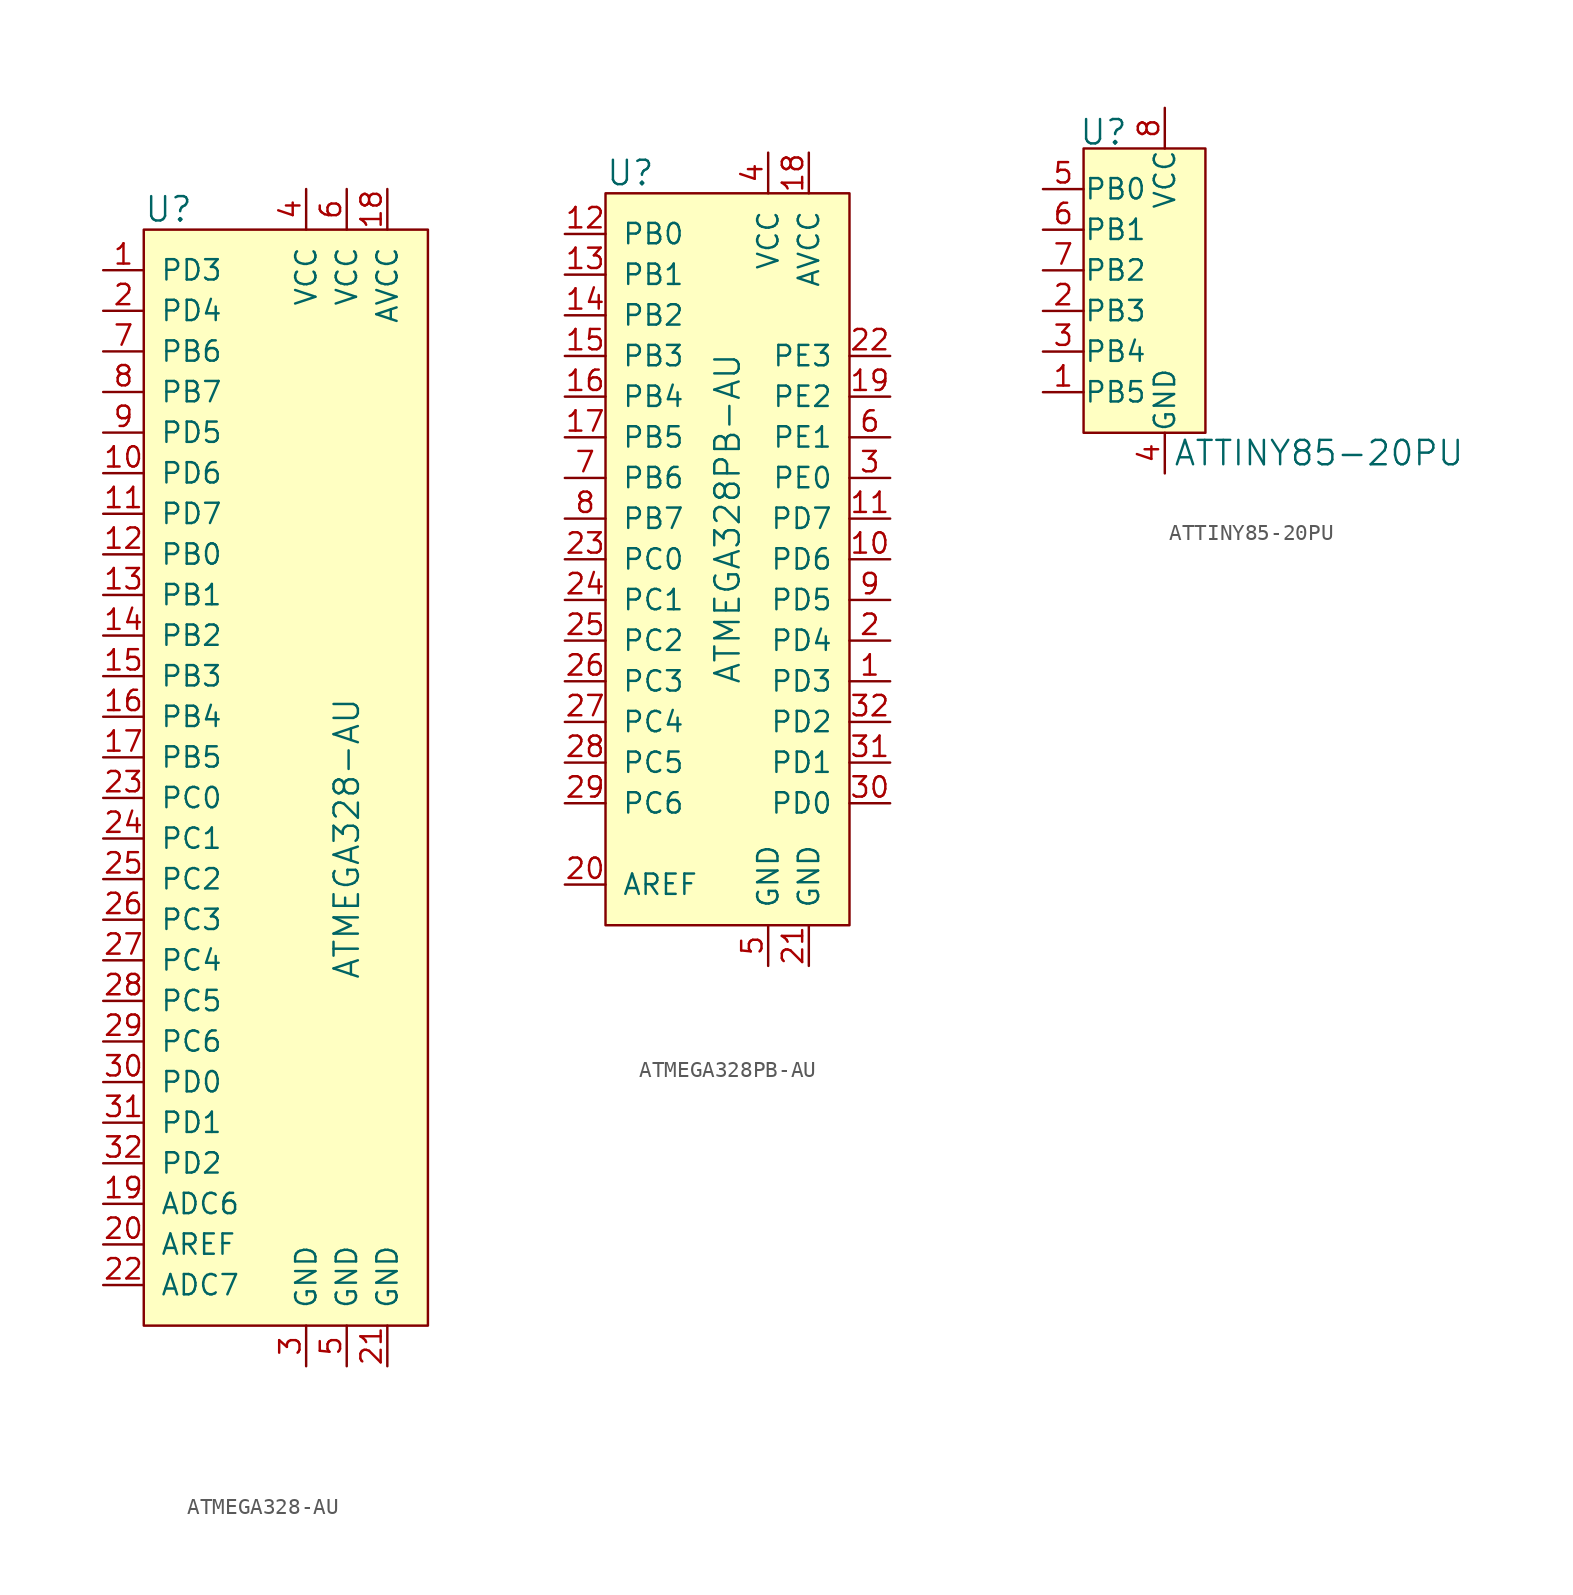
<source format=kicad_sym>
(kicad_symbol_lib
  (version 20231120)
  (generator "kicad_symbol_editor")
  (generator_version "8.0")
  (symbol "ATMEGA328-AU"
    (pin_names
      (offset 1.016))
    (property "Reference" "U"
      (at -10.16 13.97 0)
      (effects (font (size 1.524 1.524)) (justify left)))
    (property "Value" "ATMEGA328-AU"
      (at 2.54 -25.4 90)
      (effects (font (size 1.524 1.524))))
    (symbol "ATMEGA328-AU_0_1"
      (rectangle (start -10.16 12.7) (end 7.62 -55.88) (stroke (width 0) (type default)) (fill (type background))))
    (symbol "ATMEGA328-AU_1_1"
      (pin bidirectional line (at -12.7 10.16 0) (length 2.54) (name "PD3" (effects (font (size 1.27 1.27)))) (number "1" (effects (font (size 1.27 1.27)))))
      (pin bidirectional line (at -12.7 -2.54 0) (length 2.54) (name "PD6" (effects (font (size 1.27 1.27)))) (number "10" (effects (font (size 1.27 1.27)))))
      (pin bidirectional line (at -12.7 -5.08 0) (length 2.54) (name "PD7" (effects (font (size 1.27 1.27)))) (number "11" (effects (font (size 1.27 1.27)))))
      (pin bidirectional line (at -12.7 -7.62 0) (length 2.54) (name "PB0" (effects (font (size 1.27 1.27)))) (number "12" (effects (font (size 1.27 1.27)))))
      (pin bidirectional line (at -12.7 -10.16 0) (length 2.54) (name "PB1" (effects (font (size 1.27 1.27)))) (number "13" (effects (font (size 1.27 1.27)))))
      (pin bidirectional line (at -12.7 -12.7 0) (length 2.54) (name "PB2" (effects (font (size 1.27 1.27)))) (number "14" (effects (font (size 1.27 1.27)))))
      (pin bidirectional line (at -12.7 -15.24 0) (length 2.54) (name "PB3" (effects (font (size 1.27 1.27)))) (number "15" (effects (font (size 1.27 1.27)))))
      (pin bidirectional line (at -12.7 -17.78 0) (length 2.54) (name "PB4" (effects (font (size 1.27 1.27)))) (number "16" (effects (font (size 1.27 1.27)))))
      (pin bidirectional line (at -12.7 -20.32 0) (length 2.54) (name "PB5" (effects (font (size 1.27 1.27)))) (number "17" (effects (font (size 1.27 1.27)))))
      (pin power_in line (at 5.08 15.24 270) (length 2.54) (name "AVCC" (effects (font (size 1.27 1.27)))) (number "18" (effects (font (size 1.27 1.27)))))
      (pin bidirectional line (at -12.7 -48.26 0) (length 2.54) (name "ADC6" (effects (font (size 1.27 1.27)))) (number "19" (effects (font (size 1.27 1.27)))))
      (pin bidirectional line (at -12.7 7.62 0) (length 2.54) (name "PD4" (effects (font (size 1.27 1.27)))) (number "2" (effects (font (size 1.27 1.27)))))
      (pin input line (at -12.7 -50.8 0) (length 2.54) (name "AREF" (effects (font (size 1.27 1.27)))) (number "20" (effects (font (size 1.27 1.27)))))
      (pin power_in line (at 5.08 -58.42 90) (length 2.54) (name "GND" (effects (font (size 1.27 1.27)))) (number "21" (effects (font (size 1.27 1.27)))))
      (pin bidirectional line (at -12.7 -53.34 0) (length 2.54) (name "ADC7" (effects (font (size 1.27 1.27)))) (number "22" (effects (font (size 1.27 1.27)))))
      (pin bidirectional line (at -12.7 -22.86 0) (length 2.54) (name "PC0" (effects (font (size 1.27 1.27)))) (number "23" (effects (font (size 1.27 1.27)))))
      (pin bidirectional line (at -12.7 -25.4 0) (length 2.54) (name "PC1" (effects (font (size 1.27 1.27)))) (number "24" (effects (font (size 1.27 1.27)))))
      (pin bidirectional line (at -12.7 -27.94 0) (length 2.54) (name "PC2" (effects (font (size 1.27 1.27)))) (number "25" (effects (font (size 1.27 1.27)))))
      (pin input line (at -12.7 -30.48 0) (length 2.54) (name "PC3" (effects (font (size 1.27 1.27)))) (number "26" (effects (font (size 1.27 1.27)))))
      (pin input line (at -12.7 -33.02 0) (length 2.54) (name "PC4" (effects (font (size 1.27 1.27)))) (number "27" (effects (font (size 1.27 1.27)))))
      (pin input line (at -12.7 -35.56 0) (length 2.54) (name "PC5" (effects (font (size 1.27 1.27)))) (number "28" (effects (font (size 1.27 1.27)))))
      (pin input line (at -12.7 -38.1 0) (length 2.54) (name "PC6" (effects (font (size 1.27 1.27)))) (number "29" (effects (font (size 1.27 1.27)))))
      (pin power_in line (at 0 -58.42 90) (length 2.54) (name "GND" (effects (font (size 1.27 1.27)))) (number "3" (effects (font (size 1.27 1.27)))))
      (pin input line (at -12.7 -40.64 0) (length 2.54) (name "PD0" (effects (font (size 1.27 1.27)))) (number "30" (effects (font (size 1.27 1.27)))))
      (pin input line (at -12.7 -43.18 0) (length 2.54) (name "PD1" (effects (font (size 1.27 1.27)))) (number "31" (effects (font (size 1.27 1.27)))))
      (pin input line (at -12.7 -45.72 0) (length 2.54) (name "PD2" (effects (font (size 1.27 1.27)))) (number "32" (effects (font (size 1.27 1.27)))))
      (pin power_in line (at 0 15.24 270) (length 2.54) (name "VCC" (effects (font (size 1.27 1.27)))) (number "4" (effects (font (size 1.27 1.27)))))
      (pin power_in line (at 2.54 -58.42 90) (length 2.54) (name "GND" (effects (font (size 1.27 1.27)))) (number "5" (effects (font (size 1.27 1.27)))))
      (pin power_in line (at 2.54 15.24 270) (length 2.54) (name "VCC" (effects (font (size 1.27 1.27)))) (number "6" (effects (font (size 1.27 1.27)))))
      (pin bidirectional line (at -12.7 5.08 0) (length 2.54) (name "PB6" (effects (font (size 1.27 1.27)))) (number "7" (effects (font (size 1.27 1.27)))))
      (pin bidirectional line (at -12.7 2.54 0) (length 2.54) (name "PB7" (effects (font (size 1.27 1.27)))) (number "8" (effects (font (size 1.27 1.27)))))
      (pin bidirectional line (at -12.7 0 0) (length 2.54) (name "PD5" (effects (font (size 1.27 1.27)))) (number "9" (effects (font (size 1.27 1.27)))))))
  (symbol "ATMEGA328PB-AU"
    (pin_names
      (offset 1.016))
    (property "Reference" "U"
      (at -10.16 13.97 0)
      (effects (font (size 1.524 1.524)) (justify left)))
    (property "Value" "ATMEGA328PB-AU"
      (at -2.54 -7.62 90)
      (effects (font (size 1.524 1.524))))
    (symbol "ATMEGA328PB-AU_0_1"
      (rectangle (start -10.16 12.7) (end 5.08 -33.02) (stroke (width 0) (type default)) (fill (type background))))
    (symbol "ATMEGA328PB-AU_1_1"
      (pin bidirectional line (at 7.62 -17.78 180) (length 2.54) (name "PD3" (effects (font (size 1.27 1.27)))) (number "1" (effects (font (size 1.27 1.27)))))
      (pin bidirectional line (at 7.62 -10.16 180) (length 2.54) (name "PD6" (effects (font (size 1.27 1.27)))) (number "10" (effects (font (size 1.27 1.27)))))
      (pin bidirectional line (at 7.62 -7.62 180) (length 2.54) (name "PD7" (effects (font (size 1.27 1.27)))) (number "11" (effects (font (size 1.27 1.27)))))
      (pin bidirectional line (at -12.7 10.16 0) (length 2.54) (name "PB0" (effects (font (size 1.27 1.27)))) (number "12" (effects (font (size 1.27 1.27)))))
      (pin bidirectional line (at -12.7 7.62 0) (length 2.54) (name "PB1" (effects (font (size 1.27 1.27)))) (number "13" (effects (font (size 1.27 1.27)))))
      (pin bidirectional line (at -12.7 5.08 0) (length 2.54) (name "PB2" (effects (font (size 1.27 1.27)))) (number "14" (effects (font (size 1.27 1.27)))))
      (pin bidirectional line (at -12.7 2.54 0) (length 2.54) (name "PB3" (effects (font (size 1.27 1.27)))) (number "15" (effects (font (size 1.27 1.27)))))
      (pin bidirectional line (at -12.7 0 0) (length 2.54) (name "PB4" (effects (font (size 1.27 1.27)))) (number "16" (effects (font (size 1.27 1.27)))))
      (pin bidirectional line (at -12.7 -2.54 0) (length 2.54) (name "PB5" (effects (font (size 1.27 1.27)))) (number "17" (effects (font (size 1.27 1.27)))))
      (pin power_in line (at 2.54 15.24 270) (length 2.54) (name "AVCC" (effects (font (size 1.27 1.27)))) (number "18" (effects (font (size 1.27 1.27)))))
      (pin bidirectional line (at 7.62 0 180) (length 2.54) (name "PE2" (effects (font (size 1.27 1.27)))) (number "19" (effects (font (size 1.27 1.27)))))
      (pin bidirectional line (at 7.62 -15.24 180) (length 2.54) (name "PD4" (effects (font (size 1.27 1.27)))) (number "2" (effects (font (size 1.27 1.27)))))
      (pin input line (at -12.7 -30.48 0) (length 2.54) (name "AREF" (effects (font (size 1.27 1.27)))) (number "20" (effects (font (size 1.27 1.27)))))
      (pin power_in line (at 2.54 -35.56 90) (length 2.54) (name "GND" (effects (font (size 1.27 1.27)))) (number "21" (effects (font (size 1.27 1.27)))))
      (pin bidirectional line (at 7.62 2.54 180) (length 2.54) (name "PE3" (effects (font (size 1.27 1.27)))) (number "22" (effects (font (size 1.27 1.27)))))
      (pin bidirectional line (at -12.7 -10.16 0) (length 2.54) (name "PC0" (effects (font (size 1.27 1.27)))) (number "23" (effects (font (size 1.27 1.27)))))
      (pin bidirectional line (at -12.7 -12.7 0) (length 2.54) (name "PC1" (effects (font (size 1.27 1.27)))) (number "24" (effects (font (size 1.27 1.27)))))
      (pin bidirectional line (at -12.7 -15.24 0) (length 2.54) (name "PC2" (effects (font (size 1.27 1.27)))) (number "25" (effects (font (size 1.27 1.27)))))
      (pin bidirectional line (at -12.7 -17.78 0) (length 2.54) (name "PC3" (effects (font (size 1.27 1.27)))) (number "26" (effects (font (size 1.27 1.27)))))
      (pin bidirectional line (at -12.7 -20.32 0) (length 2.54) (name "PC4" (effects (font (size 1.27 1.27)))) (number "27" (effects (font (size 1.27 1.27)))))
      (pin bidirectional line (at -12.7 -22.86 0) (length 2.54) (name "PC5" (effects (font (size 1.27 1.27)))) (number "28" (effects (font (size 1.27 1.27)))))
      (pin bidirectional line (at -12.7 -25.4 0) (length 2.54) (name "PC6" (effects (font (size 1.27 1.27)))) (number "29" (effects (font (size 1.27 1.27)))))
      (pin bidirectional line (at 7.62 -5.08 180) (length 2.54) (name "PE0" (effects (font (size 1.27 1.27)))) (number "3" (effects (font (size 1.27 1.27)))))
      (pin bidirectional line (at 7.62 -25.4 180) (length 2.54) (name "PD0" (effects (font (size 1.27 1.27)))) (number "30" (effects (font (size 1.27 1.27)))))
      (pin bidirectional line (at 7.62 -22.86 180) (length 2.54) (name "PD1" (effects (font (size 1.27 1.27)))) (number "31" (effects (font (size 1.27 1.27)))))
      (pin bidirectional line (at 7.62 -20.32 180) (length 2.54) (name "PD2" (effects (font (size 1.27 1.27)))) (number "32" (effects (font (size 1.27 1.27)))))
      (pin power_in line (at 0 15.24 270) (length 2.54) (name "VCC" (effects (font (size 1.27 1.27)))) (number "4" (effects (font (size 1.27 1.27)))))
      (pin power_in line (at 0 -35.56 90) (length 2.54) (name "GND" (effects (font (size 1.27 1.27)))) (number "5" (effects (font (size 1.27 1.27)))))
      (pin bidirectional line (at 7.62 -2.54 180) (length 2.54) (name "PE1" (effects (font (size 1.27 1.27)))) (number "6" (effects (font (size 1.27 1.27)))))
      (pin bidirectional line (at -12.7 -5.08 0) (length 2.54) (name "PB6" (effects (font (size 1.27 1.27)))) (number "7" (effects (font (size 1.27 1.27)))))
      (pin bidirectional line (at -12.7 -7.62 0) (length 2.54) (name "PB7" (effects (font (size 1.27 1.27)))) (number "8" (effects (font (size 1.27 1.27)))))
      (pin bidirectional line (at 7.62 -12.7 180) (length 2.54) (name "PD5" (effects (font (size 1.27 1.27)))) (number "9" (effects (font (size 1.27 1.27)))))))
  (symbol "ATTINY85-20PU"
    (pin_names
      (offset 0.025))
    (property "Reference" "U"
      (at -2.845 8.636 0)
      (effects (font (size 1.524 1.524)) (justify left)))
    (property "Value" "ATTINY85-20PU"
      (at 3.048 -11.43 0)
      (effects (font (size 1.524 1.524)) (justify left)))
    (symbol "ATTINY85-20PU_0_1"
      (rectangle (start -2.54 7.62) (end 5.08 -10.16) (stroke (width 0) (type default)) (fill (type background))))
    (symbol "ATTINY85-20PU_1_1"
      (pin bidirectional line (at -5.08 -7.62 0) (length 2.54) (name "PB5" (effects (font (size 1.27 1.27)))) (number "1" (effects (font (size 1.27 1.27)))))
      (pin bidirectional line (at -5.08 -2.54 0) (length 2.54) (name "PB3" (effects (font (size 1.27 1.27)))) (number "2" (effects (font (size 1.27 1.27)))))
      (pin bidirectional line (at -5.08 -5.08 0) (length 2.54) (name "PB4" (effects (font (size 1.27 1.27)))) (number "3" (effects (font (size 1.27 1.27)))))
      (pin power_in line (at 2.54 -12.7 90) (length 2.54) (name "GND" (effects (font (size 1.27 1.27)))) (number "4" (effects (font (size 1.27 1.27)))))
      (pin bidirectional line (at -5.08 5.08 0) (length 2.54) (name "PB0" (effects (font (size 1.27 1.27)))) (number "5" (effects (font (size 1.27 1.27)))))
      (pin bidirectional line (at -5.08 2.54 0) (length 2.54) (name "PB1" (effects (font (size 1.27 1.27)))) (number "6" (effects (font (size 1.27 1.27)))))
      (pin bidirectional line (at -5.08 0 0) (length 2.54) (name "PB2" (effects (font (size 1.27 1.27)))) (number "7" (effects (font (size 1.27 1.27)))))
      (pin power_in line (at 2.54 10.16 270) (length 2.54) (name "VCC" (effects (font (size 1.27 1.27)))) (number "8" (effects (font (size 1.27 1.27))))))))
</source>
